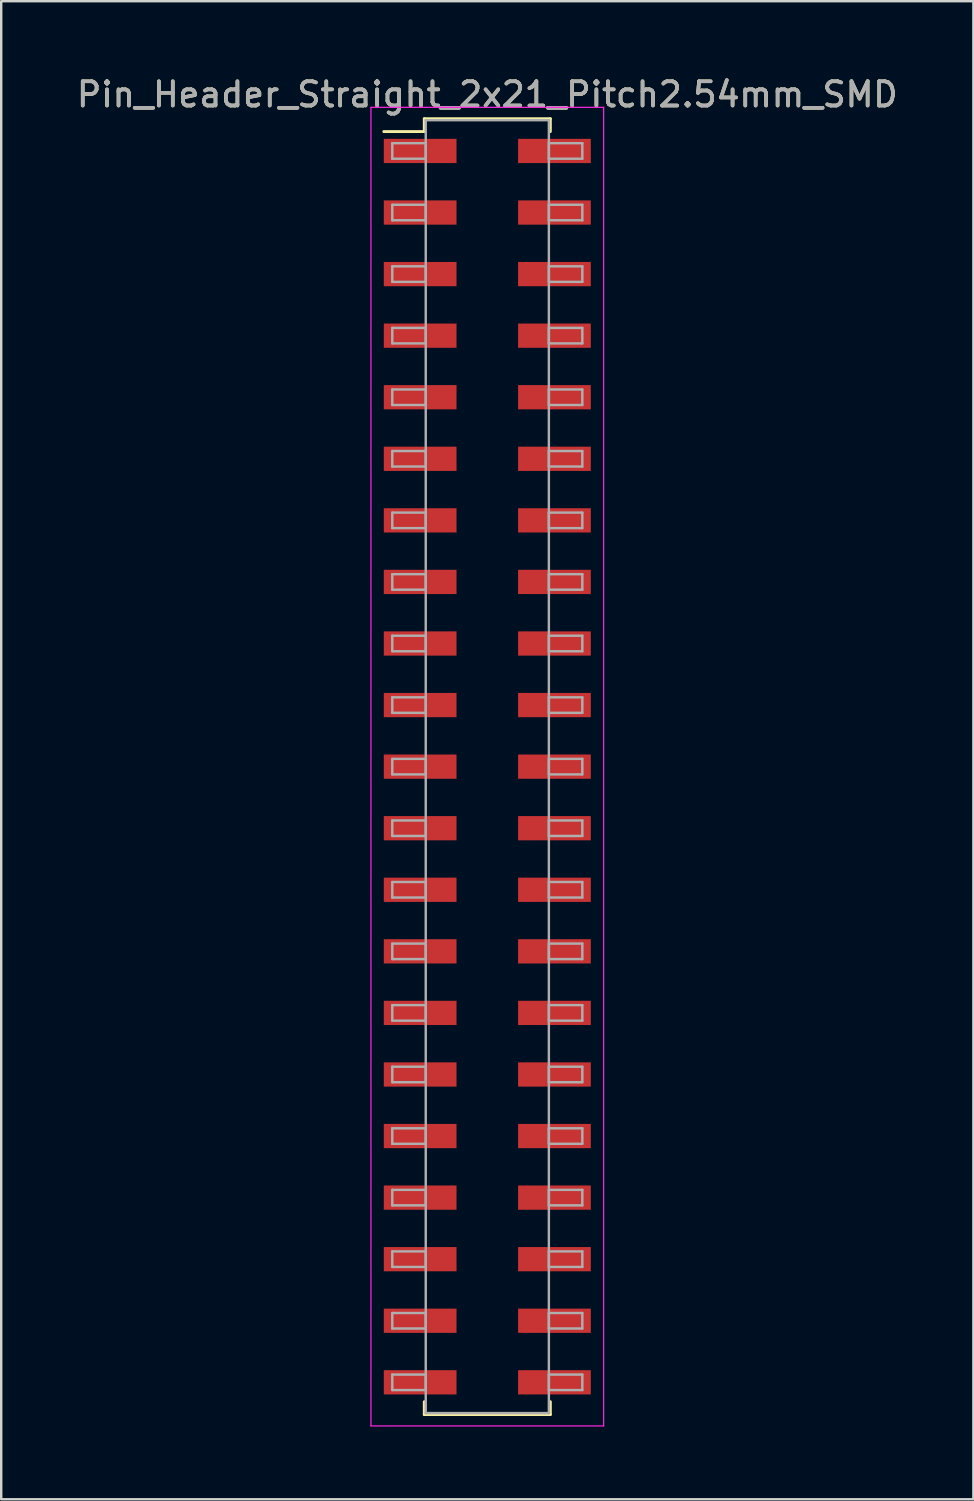
<source format=kicad_pcb>
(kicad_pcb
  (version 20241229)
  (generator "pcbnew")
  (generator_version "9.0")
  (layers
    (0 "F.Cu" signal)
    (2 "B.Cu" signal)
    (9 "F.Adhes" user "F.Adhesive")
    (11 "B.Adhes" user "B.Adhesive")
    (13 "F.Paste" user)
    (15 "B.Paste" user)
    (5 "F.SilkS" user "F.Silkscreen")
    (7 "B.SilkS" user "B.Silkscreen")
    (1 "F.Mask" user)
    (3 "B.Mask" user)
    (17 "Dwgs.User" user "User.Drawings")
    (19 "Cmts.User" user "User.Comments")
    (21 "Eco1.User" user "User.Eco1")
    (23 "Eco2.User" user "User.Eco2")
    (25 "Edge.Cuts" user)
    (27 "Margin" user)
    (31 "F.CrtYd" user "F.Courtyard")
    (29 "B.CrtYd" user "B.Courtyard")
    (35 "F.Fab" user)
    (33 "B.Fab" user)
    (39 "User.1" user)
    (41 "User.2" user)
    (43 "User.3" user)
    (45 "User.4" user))
  (footprint "Pin_Header_Straight_2x21_Pitch2.54mm_SMD"
    (layer "F.Cu")
    (at 17.054 28.578)
    (property "Reference" "Pin_Header_Straight_2x21_Pitch2.54mm_SMD" (at 0 -27.73 0) (layer "F.SilkS") (effects (font (size 1 1) (thickness 0.15))))
    (attr smd)
    (fp_line (start -4.27 -26.2) (end -2.6 -26.2) (stroke (width 0.12) (type solid)) (layer "F.SilkS"))
    (fp_line (start -2.6 -26.73) (end 2.6 -26.73) (stroke (width 0.12) (type solid)) (layer "F.SilkS"))
    (fp_line (start -2.6 -26.2) (end -2.6 -26.73) (stroke (width 0.12) (type solid)) (layer "F.SilkS"))
    (fp_line (start -2.6 26.2) (end -2.6 26.73) (stroke (width 0.12) (type solid)) (layer "F.SilkS"))
    (fp_line (start -2.6 26.73) (end 2.6 26.73) (stroke (width 0.12) (type solid)) (layer "F.SilkS"))
    (fp_line (start 2.6 -26.73) (end 2.6 -26.2) (stroke (width 0.12) (type solid)) (layer "F.SilkS"))
    (fp_line (start 2.6 26.73) (end 2.6 26.2) (stroke (width 0.12) (type solid)) (layer "F.SilkS"))
    (fp_line (start -4.8 -27.2) (end -4.8 27.2) (stroke (width 0.05) (type solid)) (layer "F.CrtYd"))
    (fp_line (start -4.8 27.2) (end 4.8 27.2) (stroke (width 0.05) (type solid)) (layer "F.CrtYd"))
    (fp_line (start 4.8 -27.2) (end -4.8 -27.2) (stroke (width 0.05) (type solid)) (layer "F.CrtYd"))
    (fp_line (start 4.8 27.2) (end 4.8 -27.2) (stroke (width 0.05) (type solid)) (layer "F.CrtYd"))
    (fp_line (start -3.92 -25.72) (end -2.54 -25.72) (stroke (width 0.1) (type solid)) (layer "F.Fab"))
    (fp_line (start -3.92 -25.08) (end -3.92 -25.72) (stroke (width 0.1) (type solid)) (layer "F.Fab"))
    (fp_line (start -3.92 -23.18) (end -2.54 -23.18) (stroke (width 0.1) (type solid)) (layer "F.Fab"))
    (fp_line (start -3.92 -22.54) (end -3.92 -23.18) (stroke (width 0.1) (type solid)) (layer "F.Fab"))
    (fp_line (start -3.92 -20.64) (end -2.54 -20.64) (stroke (width 0.1) (type solid)) (layer "F.Fab"))
    (fp_line (start -3.92 -20) (end -3.92 -20.64) (stroke (width 0.1) (type solid)) (layer "F.Fab"))
    (fp_line (start -3.92 -18.1) (end -2.54 -18.1) (stroke (width 0.1) (type solid)) (layer "F.Fab"))
    (fp_line (start -3.92 -17.46) (end -3.92 -18.1) (stroke (width 0.1) (type solid)) (layer "F.Fab"))
    (fp_line (start -3.92 -15.56) (end -2.54 -15.56) (stroke (width 0.1) (type solid)) (layer "F.Fab"))
    (fp_line (start -3.92 -14.92) (end -3.92 -15.56) (stroke (width 0.1) (type solid)) (layer "F.Fab"))
    (fp_line (start -3.92 -13.02) (end -2.54 -13.02) (stroke (width 0.1) (type solid)) (layer "F.Fab"))
    (fp_line (start -3.92 -12.38) (end -3.92 -13.02) (stroke (width 0.1) (type solid)) (layer "F.Fab"))
    (fp_line (start -3.92 -10.48) (end -2.54 -10.48) (stroke (width 0.1) (type solid)) (layer "F.Fab"))
    (fp_line (start -3.92 -9.84) (end -3.92 -10.48) (stroke (width 0.1) (type solid)) (layer "F.Fab"))
    (fp_line (start -3.92 -7.94) (end -2.54 -7.94) (stroke (width 0.1) (type solid)) (layer "F.Fab"))
    (fp_line (start -3.92 -7.3) (end -3.92 -7.94) (stroke (width 0.1) (type solid)) (layer "F.Fab"))
    (fp_line (start -3.92 -5.4) (end -2.54 -5.4) (stroke (width 0.1) (type solid)) (layer "F.Fab"))
    (fp_line (start -3.92 -4.76) (end -3.92 -5.4) (stroke (width 0.1) (type solid)) (layer "F.Fab"))
    (fp_line (start -3.92 -2.86) (end -2.54 -2.86) (stroke (width 0.1) (type solid)) (layer "F.Fab"))
    (fp_line (start -3.92 -2.22) (end -3.92 -2.86) (stroke (width 0.1) (type solid)) (layer "F.Fab"))
    (fp_line (start -3.92 -0.32) (end -2.54 -0.32) (stroke (width 0.1) (type solid)) (layer "F.Fab"))
    (fp_line (start -3.92 0.32) (end -3.92 -0.32) (stroke (width 0.1) (type solid)) (layer "F.Fab"))
    (fp_line (start -3.92 2.22) (end -2.54 2.22) (stroke (width 0.1) (type solid)) (layer "F.Fab"))
    (fp_line (start -3.92 2.86) (end -3.92 2.22) (stroke (width 0.1) (type solid)) (layer "F.Fab"))
    (fp_line (start -3.92 4.76) (end -2.54 4.76) (stroke (width 0.1) (type solid)) (layer "F.Fab"))
    (fp_line (start -3.92 5.4) (end -3.92 4.76) (stroke (width 0.1) (type solid)) (layer "F.Fab"))
    (fp_line (start -3.92 7.3) (end -2.54 7.3) (stroke (width 0.1) (type solid)) (layer "F.Fab"))
    (fp_line (start -3.92 7.94) (end -3.92 7.3) (stroke (width 0.1) (type solid)) (layer "F.Fab"))
    (fp_line (start -3.92 9.84) (end -2.54 9.84) (stroke (width 0.1) (type solid)) (layer "F.Fab"))
    (fp_line (start -3.92 10.48) (end -3.92 9.84) (stroke (width 0.1) (type solid)) (layer "F.Fab"))
    (fp_line (start -3.92 12.38) (end -2.54 12.38) (stroke (width 0.1) (type solid)) (layer "F.Fab"))
    (fp_line (start -3.92 13.02) (end -3.92 12.38) (stroke (width 0.1) (type solid)) (layer "F.Fab"))
    (fp_line (start -3.92 14.92) (end -2.54 14.92) (stroke (width 0.1) (type solid)) (layer "F.Fab"))
    (fp_line (start -3.92 15.56) (end -3.92 14.92) (stroke (width 0.1) (type solid)) (layer "F.Fab"))
    (fp_line (start -3.92 17.46) (end -2.54 17.46) (stroke (width 0.1) (type solid)) (layer "F.Fab"))
    (fp_line (start -3.92 18.1) (end -3.92 17.46) (stroke (width 0.1) (type solid)) (layer "F.Fab"))
    (fp_line (start -3.92 20) (end -2.54 20) (stroke (width 0.1) (type solid)) (layer "F.Fab"))
    (fp_line (start -3.92 20.64) (end -3.92 20) (stroke (width 0.1) (type solid)) (layer "F.Fab"))
    (fp_line (start -3.92 22.54) (end -2.54 22.54) (stroke (width 0.1) (type solid)) (layer "F.Fab"))
    (fp_line (start -3.92 23.18) (end -3.92 22.54) (stroke (width 0.1) (type solid)) (layer "F.Fab"))
    (fp_line (start -3.92 25.08) (end -2.54 25.08) (stroke (width 0.1) (type solid)) (layer "F.Fab"))
    (fp_line (start -3.92 25.72) (end -3.92 25.08) (stroke (width 0.1) (type solid)) (layer "F.Fab"))
    (fp_line (start -2.54 -26.67) (end -2.54 26.67) (stroke (width 0.1) (type solid)) (layer "F.Fab"))
    (fp_line (start -2.54 -25.72) (end -2.54 -25.08) (stroke (width 0.1) (type solid)) (layer "F.Fab"))
    (fp_line (start -2.54 -25.08) (end -3.92 -25.08) (stroke (width 0.1) (type solid)) (layer "F.Fab"))
    (fp_line (start -2.54 -23.18) (end -2.54 -22.54) (stroke (width 0.1) (type solid)) (layer "F.Fab"))
    (fp_line (start -2.54 -22.54) (end -3.92 -22.54) (stroke (width 0.1) (type solid)) (layer "F.Fab"))
    (fp_line (start -2.54 -20.64) (end -2.54 -20) (stroke (width 0.1) (type solid)) (layer "F.Fab"))
    (fp_line (start -2.54 -20) (end -3.92 -20) (stroke (width 0.1) (type solid)) (layer "F.Fab"))
    (fp_line (start -2.54 -18.1) (end -2.54 -17.46) (stroke (width 0.1) (type solid)) (layer "F.Fab"))
    (fp_line (start -2.54 -17.46) (end -3.92 -17.46) (stroke (width 0.1) (type solid)) (layer "F.Fab"))
    (fp_line (start -2.54 -15.56) (end -2.54 -14.92) (stroke (width 0.1) (type solid)) (layer "F.Fab"))
    (fp_line (start -2.54 -14.92) (end -3.92 -14.92) (stroke (width 0.1) (type solid)) (layer "F.Fab"))
    (fp_line (start -2.54 -13.02) (end -2.54 -12.38) (stroke (width 0.1) (type solid)) (layer "F.Fab"))
    (fp_line (start -2.54 -12.38) (end -3.92 -12.38) (stroke (width 0.1) (type solid)) (layer "F.Fab"))
    (fp_line (start -2.54 -10.48) (end -2.54 -9.84) (stroke (width 0.1) (type solid)) (layer "F.Fab"))
    (fp_line (start -2.54 -9.84) (end -3.92 -9.84) (stroke (width 0.1) (type solid)) (layer "F.Fab"))
    (fp_line (start -2.54 -7.94) (end -2.54 -7.3) (stroke (width 0.1) (type solid)) (layer "F.Fab"))
    (fp_line (start -2.54 -7.3) (end -3.92 -7.3) (stroke (width 0.1) (type solid)) (layer "F.Fab"))
    (fp_line (start -2.54 -5.4) (end -2.54 -4.76) (stroke (width 0.1) (type solid)) (layer "F.Fab"))
    (fp_line (start -2.54 -4.76) (end -3.92 -4.76) (stroke (width 0.1) (type solid)) (layer "F.Fab"))
    (fp_line (start -2.54 -2.86) (end -2.54 -2.22) (stroke (width 0.1) (type solid)) (layer "F.Fab"))
    (fp_line (start -2.54 -2.22) (end -3.92 -2.22) (stroke (width 0.1) (type solid)) (layer "F.Fab"))
    (fp_line (start -2.54 -0.32) (end -2.54 0.32) (stroke (width 0.1) (type solid)) (layer "F.Fab"))
    (fp_line (start -2.54 0.32) (end -3.92 0.32) (stroke (width 0.1) (type solid)) (layer "F.Fab"))
    (fp_line (start -2.54 2.22) (end -2.54 2.86) (stroke (width 0.1) (type solid)) (layer "F.Fab"))
    (fp_line (start -2.54 2.86) (end -3.92 2.86) (stroke (width 0.1) (type solid)) (layer "F.Fab"))
    (fp_line (start -2.54 4.76) (end -2.54 5.4) (stroke (width 0.1) (type solid)) (layer "F.Fab"))
    (fp_line (start -2.54 5.4) (end -3.92 5.4) (stroke (width 0.1) (type solid)) (layer "F.Fab"))
    (fp_line (start -2.54 7.3) (end -2.54 7.94) (stroke (width 0.1) (type solid)) (layer "F.Fab"))
    (fp_line (start -2.54 7.94) (end -3.92 7.94) (stroke (width 0.1) (type solid)) (layer "F.Fab"))
    (fp_line (start -2.54 9.84) (end -2.54 10.48) (stroke (width 0.1) (type solid)) (layer "F.Fab"))
    (fp_line (start -2.54 10.48) (end -3.92 10.48) (stroke (width 0.1) (type solid)) (layer "F.Fab"))
    (fp_line (start -2.54 12.38) (end -2.54 13.02) (stroke (width 0.1) (type solid)) (layer "F.Fab"))
    (fp_line (start -2.54 13.02) (end -3.92 13.02) (stroke (width 0.1) (type solid)) (layer "F.Fab"))
    (fp_line (start -2.54 14.92) (end -2.54 15.56) (stroke (width 0.1) (type solid)) (layer "F.Fab"))
    (fp_line (start -2.54 15.56) (end -3.92 15.56) (stroke (width 0.1) (type solid)) (layer "F.Fab"))
    (fp_line (start -2.54 17.46) (end -2.54 18.1) (stroke (width 0.1) (type solid)) (layer "F.Fab"))
    (fp_line (start -2.54 18.1) (end -3.92 18.1) (stroke (width 0.1) (type solid)) (layer "F.Fab"))
    (fp_line (start -2.54 20) (end -2.54 20.64) (stroke (width 0.1) (type solid)) (layer "F.Fab"))
    (fp_line (start -2.54 20.64) (end -3.92 20.64) (stroke (width 0.1) (type solid)) (layer "F.Fab"))
    (fp_line (start -2.54 22.54) (end -2.54 23.18) (stroke (width 0.1) (type solid)) (layer "F.Fab"))
    (fp_line (start -2.54 23.18) (end -3.92 23.18) (stroke (width 0.1) (type solid)) (layer "F.Fab"))
    (fp_line (start -2.54 25.08) (end -2.54 25.72) (stroke (width 0.1) (type solid)) (layer "F.Fab"))
    (fp_line (start -2.54 25.72) (end -3.92 25.72) (stroke (width 0.1) (type solid)) (layer "F.Fab"))
    (fp_line (start -2.54 26.67) (end 2.54 26.67) (stroke (width 0.1) (type solid)) (layer "F.Fab"))
    (fp_line (start 2.54 -26.67) (end -2.54 -26.67) (stroke (width 0.1) (type solid)) (layer "F.Fab"))
    (fp_line (start 2.54 -25.72) (end 2.54 -25.08) (stroke (width 0.1) (type solid)) (layer "F.Fab"))
    (fp_line (start 2.54 -25.08) (end 3.92 -25.08) (stroke (width 0.1) (type solid)) (layer "F.Fab"))
    (fp_line (start 2.54 -23.18) (end 2.54 -22.54) (stroke (width 0.1) (type solid)) (layer "F.Fab"))
    (fp_line (start 2.54 -22.54) (end 3.92 -22.54) (stroke (width 0.1) (type solid)) (layer "F.Fab"))
    (fp_line (start 2.54 -20.64) (end 2.54 -20) (stroke (width 0.1) (type solid)) (layer "F.Fab"))
    (fp_line (start 2.54 -20) (end 3.92 -20) (stroke (width 0.1) (type solid)) (layer "F.Fab"))
    (fp_line (start 2.54 -18.1) (end 2.54 -17.46) (stroke (width 0.1) (type solid)) (layer "F.Fab"))
    (fp_line (start 2.54 -17.46) (end 3.92 -17.46) (stroke (width 0.1) (type solid)) (layer "F.Fab"))
    (fp_line (start 2.54 -15.56) (end 2.54 -14.92) (stroke (width 0.1) (type solid)) (layer "F.Fab"))
    (fp_line (start 2.54 -14.92) (end 3.92 -14.92) (stroke (width 0.1) (type solid)) (layer "F.Fab"))
    (fp_line (start 2.54 -13.02) (end 2.54 -12.38) (stroke (width 0.1) (type solid)) (layer "F.Fab"))
    (fp_line (start 2.54 -12.38) (end 3.92 -12.38) (stroke (width 0.1) (type solid)) (layer "F.Fab"))
    (fp_line (start 2.54 -10.48) (end 2.54 -9.84) (stroke (width 0.1) (type solid)) (layer "F.Fab"))
    (fp_line (start 2.54 -9.84) (end 3.92 -9.84) (stroke (width 0.1) (type solid)) (layer "F.Fab"))
    (fp_line (start 2.54 -7.94) (end 2.54 -7.3) (stroke (width 0.1) (type solid)) (layer "F.Fab"))
    (fp_line (start 2.54 -7.3) (end 3.92 -7.3) (stroke (width 0.1) (type solid)) (layer "F.Fab"))
    (fp_line (start 2.54 -5.4) (end 2.54 -4.76) (stroke (width 0.1) (type solid)) (layer "F.Fab"))
    (fp_line (start 2.54 -4.76) (end 3.92 -4.76) (stroke (width 0.1) (type solid)) (layer "F.Fab"))
    (fp_line (start 2.54 -2.86) (end 2.54 -2.22) (stroke (width 0.1) (type solid)) (layer "F.Fab"))
    (fp_line (start 2.54 -2.22) (end 3.92 -2.22) (stroke (width 0.1) (type solid)) (layer "F.Fab"))
    (fp_line (start 2.54 -0.32) (end 2.54 0.32) (stroke (width 0.1) (type solid)) (layer "F.Fab"))
    (fp_line (start 2.54 0.32) (end 3.92 0.32) (stroke (width 0.1) (type solid)) (layer "F.Fab"))
    (fp_line (start 2.54 2.22) (end 2.54 2.86) (stroke (width 0.1) (type solid)) (layer "F.Fab"))
    (fp_line (start 2.54 2.86) (end 3.92 2.86) (stroke (width 0.1) (type solid)) (layer "F.Fab"))
    (fp_line (start 2.54 4.76) (end 2.54 5.4) (stroke (width 0.1) (type solid)) (layer "F.Fab"))
    (fp_line (start 2.54 5.4) (end 3.92 5.4) (stroke (width 0.1) (type solid)) (layer "F.Fab"))
    (fp_line (start 2.54 7.3) (end 2.54 7.94) (stroke (width 0.1) (type solid)) (layer "F.Fab"))
    (fp_line (start 2.54 7.94) (end 3.92 7.94) (stroke (width 0.1) (type solid)) (layer "F.Fab"))
    (fp_line (start 2.54 9.84) (end 2.54 10.48) (stroke (width 0.1) (type solid)) (layer "F.Fab"))
    (fp_line (start 2.54 10.48) (end 3.92 10.48) (stroke (width 0.1) (type solid)) (layer "F.Fab"))
    (fp_line (start 2.54 12.38) (end 2.54 13.02) (stroke (width 0.1) (type solid)) (layer "F.Fab"))
    (fp_line (start 2.54 13.02) (end 3.92 13.02) (stroke (width 0.1) (type solid)) (layer "F.Fab"))
    (fp_line (start 2.54 14.92) (end 2.54 15.56) (stroke (width 0.1) (type solid)) (layer "F.Fab"))
    (fp_line (start 2.54 15.56) (end 3.92 15.56) (stroke (width 0.1) (type solid)) (layer "F.Fab"))
    (fp_line (start 2.54 17.46) (end 2.54 18.1) (stroke (width 0.1) (type solid)) (layer "F.Fab"))
    (fp_line (start 2.54 18.1) (end 3.92 18.1) (stroke (width 0.1) (type solid)) (layer "F.Fab"))
    (fp_line (start 2.54 20) (end 2.54 20.64) (stroke (width 0.1) (type solid)) (layer "F.Fab"))
    (fp_line (start 2.54 20.64) (end 3.92 20.64) (stroke (width 0.1) (type solid)) (layer "F.Fab"))
    (fp_line (start 2.54 22.54) (end 2.54 23.18) (stroke (width 0.1) (type solid)) (layer "F.Fab"))
    (fp_line (start 2.54 23.18) (end 3.92 23.18) (stroke (width 0.1) (type solid)) (layer "F.Fab"))
    (fp_line (start 2.54 25.08) (end 2.54 25.72) (stroke (width 0.1) (type solid)) (layer "F.Fab"))
    (fp_line (start 2.54 25.72) (end 3.92 25.72) (stroke (width 0.1) (type solid)) (layer "F.Fab"))
    (fp_line (start 2.54 26.67) (end 2.54 -26.67) (stroke (width 0.1) (type solid)) (layer "F.Fab"))
    (fp_line (start 3.92 -25.72) (end 2.54 -25.72) (stroke (width 0.1) (type solid)) (layer "F.Fab"))
    (fp_line (start 3.92 -25.08) (end 3.92 -25.72) (stroke (width 0.1) (type solid)) (layer "F.Fab"))
    (fp_line (start 3.92 -23.18) (end 2.54 -23.18) (stroke (width 0.1) (type solid)) (layer "F.Fab"))
    (fp_line (start 3.92 -22.54) (end 3.92 -23.18) (stroke (width 0.1) (type solid)) (layer "F.Fab"))
    (fp_line (start 3.92 -20.64) (end 2.54 -20.64) (stroke (width 0.1) (type solid)) (layer "F.Fab"))
    (fp_line (start 3.92 -20) (end 3.92 -20.64) (stroke (width 0.1) (type solid)) (layer "F.Fab"))
    (fp_line (start 3.92 -18.1) (end 2.54 -18.1) (stroke (width 0.1) (type solid)) (layer "F.Fab"))
    (fp_line (start 3.92 -17.46) (end 3.92 -18.1) (stroke (width 0.1) (type solid)) (layer "F.Fab"))
    (fp_line (start 3.92 -15.56) (end 2.54 -15.56) (stroke (width 0.1) (type solid)) (layer "F.Fab"))
    (fp_line (start 3.92 -14.92) (end 3.92 -15.56) (stroke (width 0.1) (type solid)) (layer "F.Fab"))
    (fp_line (start 3.92 -13.02) (end 2.54 -13.02) (stroke (width 0.1) (type solid)) (layer "F.Fab"))
    (fp_line (start 3.92 -12.38) (end 3.92 -13.02) (stroke (width 0.1) (type solid)) (layer "F.Fab"))
    (fp_line (start 3.92 -10.48) (end 2.54 -10.48) (stroke (width 0.1) (type solid)) (layer "F.Fab"))
    (fp_line (start 3.92 -9.84) (end 3.92 -10.48) (stroke (width 0.1) (type solid)) (layer "F.Fab"))
    (fp_line (start 3.92 -7.94) (end 2.54 -7.94) (stroke (width 0.1) (type solid)) (layer "F.Fab"))
    (fp_line (start 3.92 -7.3) (end 3.92 -7.94) (stroke (width 0.1) (type solid)) (layer "F.Fab"))
    (fp_line (start 3.92 -5.4) (end 2.54 -5.4) (stroke (width 0.1) (type solid)) (layer "F.Fab"))
    (fp_line (start 3.92 -4.76) (end 3.92 -5.4) (stroke (width 0.1) (type solid)) (layer "F.Fab"))
    (fp_line (start 3.92 -2.86) (end 2.54 -2.86) (stroke (width 0.1) (type solid)) (layer "F.Fab"))
    (fp_line (start 3.92 -2.22) (end 3.92 -2.86) (stroke (width 0.1) (type solid)) (layer "F.Fab"))
    (fp_line (start 3.92 -0.32) (end 2.54 -0.32) (stroke (width 0.1) (type solid)) (layer "F.Fab"))
    (fp_line (start 3.92 0.32) (end 3.92 -0.32) (stroke (width 0.1) (type solid)) (layer "F.Fab"))
    (fp_line (start 3.92 2.22) (end 2.54 2.22) (stroke (width 0.1) (type solid)) (layer "F.Fab"))
    (fp_line (start 3.92 2.86) (end 3.92 2.22) (stroke (width 0.1) (type solid)) (layer "F.Fab"))
    (fp_line (start 3.92 4.76) (end 2.54 4.76) (stroke (width 0.1) (type solid)) (layer "F.Fab"))
    (fp_line (start 3.92 5.4) (end 3.92 4.76) (stroke (width 0.1) (type solid)) (layer "F.Fab"))
    (fp_line (start 3.92 7.3) (end 2.54 7.3) (stroke (width 0.1) (type solid)) (layer "F.Fab"))
    (fp_line (start 3.92 7.94) (end 3.92 7.3) (stroke (width 0.1) (type solid)) (layer "F.Fab"))
    (fp_line (start 3.92 9.84) (end 2.54 9.84) (stroke (width 0.1) (type solid)) (layer "F.Fab"))
    (fp_line (start 3.92 10.48) (end 3.92 9.84) (stroke (width 0.1) (type solid)) (layer "F.Fab"))
    (fp_line (start 3.92 12.38) (end 2.54 12.38) (stroke (width 0.1) (type solid)) (layer "F.Fab"))
    (fp_line (start 3.92 13.02) (end 3.92 12.38) (stroke (width 0.1) (type solid)) (layer "F.Fab"))
    (fp_line (start 3.92 14.92) (end 2.54 14.92) (stroke (width 0.1) (type solid)) (layer "F.Fab"))
    (fp_line (start 3.92 15.56) (end 3.92 14.92) (stroke (width 0.1) (type solid)) (layer "F.Fab"))
    (fp_line (start 3.92 17.46) (end 2.54 17.46) (stroke (width 0.1) (type solid)) (layer "F.Fab"))
    (fp_line (start 3.92 18.1) (end 3.92 17.46) (stroke (width 0.1) (type solid)) (layer "F.Fab"))
    (fp_line (start 3.92 20) (end 2.54 20) (stroke (width 0.1) (type solid)) (layer "F.Fab"))
    (fp_line (start 3.92 20.64) (end 3.92 20) (stroke (width 0.1) (type solid)) (layer "F.Fab"))
    (fp_line (start 3.92 22.54) (end 2.54 22.54) (stroke (width 0.1) (type solid)) (layer "F.Fab"))
    (fp_line (start 3.92 23.18) (end 3.92 22.54) (stroke (width 0.1) (type solid)) (layer "F.Fab"))
    (fp_line (start 3.92 25.08) (end 2.54 25.08) (stroke (width 0.1) (type solid)) (layer "F.Fab"))
    (fp_line (start 3.92 25.72) (end 3.92 25.08) (stroke (width 0.1) (type solid)) (layer "F.Fab"))
    (fp_text user "${REFERENCE}" (at 0 -27.73 0) (layer "F.Fab") (effects (font (size 1 1) (thickness 0.15))))
    (pad "1" smd rect (at -2.77 -25.4) (size 3 1) (layers "F.Cu" "F.Mask" "F.Paste"))
    (pad "2" smd rect (at 2.77 -25.4) (size 3 1) (layers "F.Cu" "F.Mask" "F.Paste"))
    (pad "3" smd rect (at -2.77 -22.86) (size 3 1) (layers "F.Cu" "F.Mask" "F.Paste"))
    (pad "4" smd rect (at 2.77 -22.86) (size 3 1) (layers "F.Cu" "F.Mask" "F.Paste"))
    (pad "5" smd rect (at -2.77 -20.32) (size 3 1) (layers "F.Cu" "F.Mask" "F.Paste"))
    (pad "6" smd rect (at 2.77 -20.32) (size 3 1) (layers "F.Cu" "F.Mask" "F.Paste"))
    (pad "7" smd rect (at -2.77 -17.78) (size 3 1) (layers "F.Cu" "F.Mask" "F.Paste"))
    (pad "8" smd rect (at 2.77 -17.78) (size 3 1) (layers "F.Cu" "F.Mask" "F.Paste"))
    (pad "9" smd rect (at -2.77 -15.24) (size 3 1) (layers "F.Cu" "F.Mask" "F.Paste"))
    (pad "10" smd rect (at 2.77 -15.24) (size 3 1) (layers "F.Cu" "F.Mask" "F.Paste"))
    (pad "11" smd rect (at -2.77 -12.7) (size 3 1) (layers "F.Cu" "F.Mask" "F.Paste"))
    (pad "12" smd rect (at 2.77 -12.7) (size 3 1) (layers "F.Cu" "F.Mask" "F.Paste"))
    (pad "13" smd rect (at -2.77 -10.16) (size 3 1) (layers "F.Cu" "F.Mask" "F.Paste"))
    (pad "14" smd rect (at 2.77 -10.16) (size 3 1) (layers "F.Cu" "F.Mask" "F.Paste"))
    (pad "15" smd rect (at -2.77 -7.62) (size 3 1) (layers "F.Cu" "F.Mask" "F.Paste"))
    (pad "16" smd rect (at 2.77 -7.62) (size 3 1) (layers "F.Cu" "F.Mask" "F.Paste"))
    (pad "17" smd rect (at -2.77 -5.08) (size 3 1) (layers "F.Cu" "F.Mask" "F.Paste"))
    (pad "18" smd rect (at 2.77 -5.08) (size 3 1) (layers "F.Cu" "F.Mask" "F.Paste"))
    (pad "19" smd rect (at -2.77 -2.54) (size 3 1) (layers "F.Cu" "F.Mask" "F.Paste"))
    (pad "20" smd rect (at 2.77 -2.54) (size 3 1) (layers "F.Cu" "F.Mask" "F.Paste"))
    (pad "21" smd rect (at -2.77 0) (size 3 1) (layers "F.Cu" "F.Mask" "F.Paste"))
    (pad "22" smd rect (at 2.77 0) (size 3 1) (layers "F.Cu" "F.Mask" "F.Paste"))
    (pad "23" smd rect (at -2.77 2.54) (size 3 1) (layers "F.Cu" "F.Mask" "F.Paste"))
    (pad "24" smd rect (at 2.77 2.54) (size 3 1) (layers "F.Cu" "F.Mask" "F.Paste"))
    (pad "25" smd rect (at -2.77 5.08) (size 3 1) (layers "F.Cu" "F.Mask" "F.Paste"))
    (pad "26" smd rect (at 2.77 5.08) (size 3 1) (layers "F.Cu" "F.Mask" "F.Paste"))
    (pad "27" smd rect (at -2.77 7.62) (size 3 1) (layers "F.Cu" "F.Mask" "F.Paste"))
    (pad "28" smd rect (at 2.77 7.62) (size 3 1) (layers "F.Cu" "F.Mask" "F.Paste"))
    (pad "29" smd rect (at -2.77 10.16) (size 3 1) (layers "F.Cu" "F.Mask" "F.Paste"))
    (pad "30" smd rect (at 2.77 10.16) (size 3 1) (layers "F.Cu" "F.Mask" "F.Paste"))
    (pad "31" smd rect (at -2.77 12.7) (size 3 1) (layers "F.Cu" "F.Mask" "F.Paste"))
    (pad "32" smd rect (at 2.77 12.7) (size 3 1) (layers "F.Cu" "F.Mask" "F.Paste"))
    (pad "33" smd rect (at -2.77 15.24) (size 3 1) (layers "F.Cu" "F.Mask" "F.Paste"))
    (pad "34" smd rect (at 2.77 15.24) (size 3 1) (layers "F.Cu" "F.Mask" "F.Paste"))
    (pad "35" smd rect (at -2.77 17.78) (size 3 1) (layers "F.Cu" "F.Mask" "F.Paste"))
    (pad "36" smd rect (at 2.77 17.78) (size 3 1) (layers "F.Cu" "F.Mask" "F.Paste"))
    (pad "37" smd rect (at -2.77 20.32) (size 3 1) (layers "F.Cu" "F.Mask" "F.Paste"))
    (pad "38" smd rect (at 2.77 20.32) (size 3 1) (layers "F.Cu" "F.Mask" "F.Paste"))
    (pad "39" smd rect (at -2.77 22.86) (size 3 1) (layers "F.Cu" "F.Mask" "F.Paste"))
    (pad "40" smd rect (at 2.77 22.86) (size 3 1) (layers "F.Cu" "F.Mask" "F.Paste"))
    (pad "41" smd rect (at -2.77 25.4) (size 3 1) (layers "F.Cu" "F.Mask" "F.Paste"))
    (pad "42" smd rect (at 2.77 25.4) (size 3 1) (layers "F.Cu" "F.Mask" "F.Paste")))
  (gr_rect
    (start -3 -3)
    (end 37.107 58.803)
    (stroke (width 0.1) (type default))
    (fill no)
    (layer "Edge.Cuts")))
</source>
